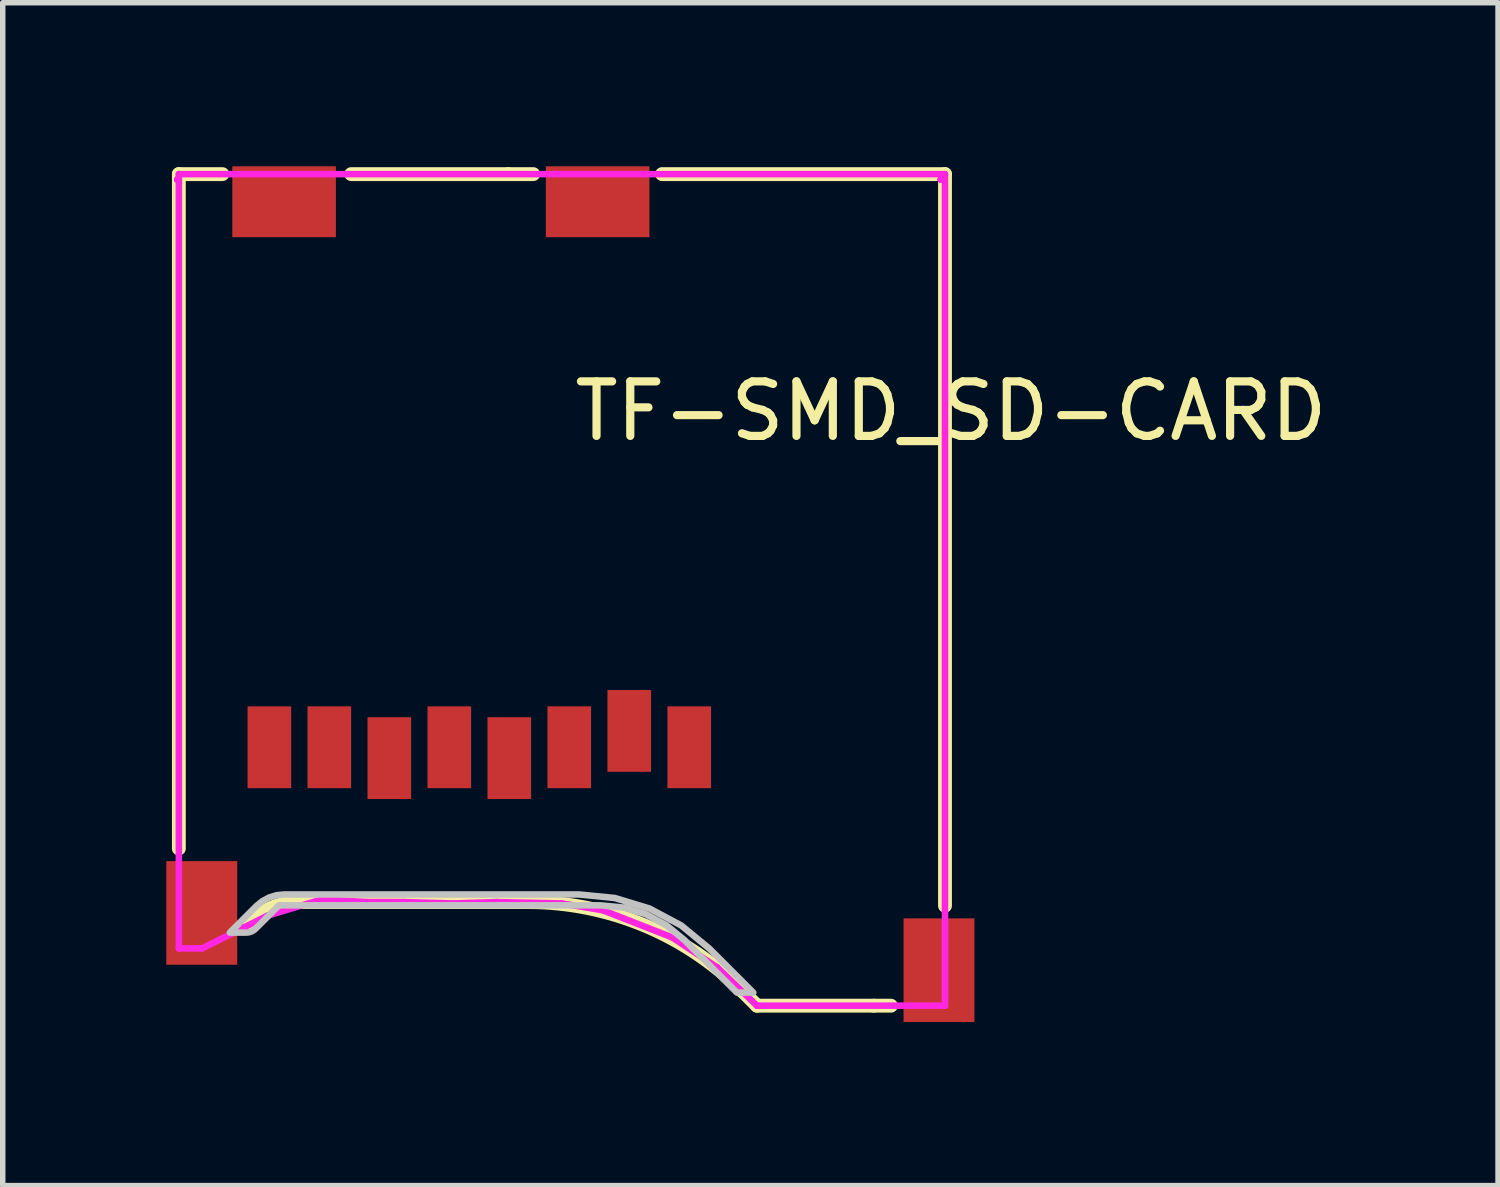
<source format=kicad_pcb>
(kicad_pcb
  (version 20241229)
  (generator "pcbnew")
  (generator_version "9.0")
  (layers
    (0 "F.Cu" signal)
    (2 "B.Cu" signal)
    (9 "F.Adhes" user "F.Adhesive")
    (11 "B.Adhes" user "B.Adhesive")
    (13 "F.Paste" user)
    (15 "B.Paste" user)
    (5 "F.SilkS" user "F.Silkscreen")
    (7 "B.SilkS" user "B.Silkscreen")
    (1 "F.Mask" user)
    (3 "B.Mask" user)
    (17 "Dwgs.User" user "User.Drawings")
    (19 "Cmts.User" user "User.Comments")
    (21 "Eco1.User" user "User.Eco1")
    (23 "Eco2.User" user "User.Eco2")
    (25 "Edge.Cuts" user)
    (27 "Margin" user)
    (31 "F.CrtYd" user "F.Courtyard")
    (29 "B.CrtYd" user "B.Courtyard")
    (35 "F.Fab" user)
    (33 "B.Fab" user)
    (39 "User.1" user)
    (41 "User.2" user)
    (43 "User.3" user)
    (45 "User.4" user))
  (footprint "TF-SMD_SD-CARD"
    (layer "F.Cu")
    (at 7.41 7.696)
    (property "Reference" "TF-SMD_SD-CARD" (at 0 -3.207 0) (layer "F.SilkS") (effects (font (size 1 1) (thickness 0.15)) (justify left)))
    (attr through_hole)
    (fp_line (start -7.18 -7.553) (end -7.18 4.815) (stroke (width 0.254) (type solid)) (layer "F.SilkS"))
    (fp_line (start -6.381 -7.553) (end -7.18 -7.553) (stroke (width 0.254) (type solid)) (layer "F.SilkS"))
    (fp_line (start -1.139 -7.553) (end -4.019 -7.553) (stroke (width 0.254) (type solid)) (layer "F.SilkS"))
    (fp_line (start -0.778 5.797) (end -4.978 5.797) (stroke (width 0.254) (type solid)) (layer "F.SilkS"))
    (fp_line (start -0.681 -7.553) (end -1.139 -7.553) (stroke (width 0.254) (type solid)) (layer "F.SilkS"))
    (fp_line (start 3.422 7.697) (end 3.148 7.423) (stroke (width 0.254) (type solid)) (layer "F.SilkS"))
    (fp_line (start 3.422 7.697) (end 5.564 7.697) (stroke (width 0.254) (type solid)) (layer "F.SilkS"))
    (fp_line (start 5.564 7.697) (end 5.879 7.697) (stroke (width 0.254) (type solid)) (layer "F.SilkS"))
    (fp_line (start 6.87 -7.553) (end 1.681 -7.553) (stroke (width 0.254) (type solid)) (layer "F.SilkS"))
    (fp_line (start 6.87 -7.553) (end 6.87 5.865) (stroke (width 0.254) (type solid)) (layer "F.SilkS"))
    (fp_arc (start -5.878 6.169) (mid -5.465085 5.893097) (end -4.978019 5.796208) (stroke (width 0.254) (type solid)) (layer "F.SilkS"))
    (fp_arc (start -0.778 5.797) (mid 1.346659 6.219621) (end 3.147858 7.423144) (stroke (width 0.254) (type solid)) (layer "F.SilkS"))
    (fp_poly (pts (xy 2.545 6.647) (xy 3.355 7.457) (xy 3.055 7.457) (xy 2.091 6.493) (xy 1.762 6.223) (xy 1.386 6.022) (xy 0.979 5.898) (xy 0.555 5.857) (xy -5.345 5.857) (xy -5.774 6.286) (xy -5.811 6.316) (xy -5.853 6.338) (xy -5.898 6.352) (xy -5.945 6.357) (xy -6.245 6.357) (xy -5.757 5.869) (xy -5.647 5.779) (xy -5.522 5.712) (xy -5.386 5.671) (xy -5.245 5.657) (xy 0.155 5.657) (xy 0.814 5.722) (xy 1.448 5.914) (xy 2.033 6.226) (xy 2.545 6.647)) (stroke (width 0.12) (type solid)) (fill no) (layer "Dwgs.User"))
    (fp_circle (center -7.205 7.697) (end -7.175 7.697) (stroke (width 0.06) (type solid)) (fill no) (layer "Eco2.User"))
    (fp_poly (pts (xy -7.18 5.347) (xy -6.58 5.347) (xy -6.58 6.647) (xy -7.18 6.647)) (stroke (width 0.12) (type solid)) (fill no) (layer "Eco2.User"))
    (fp_poly (pts (xy -5.8 -7.553) (xy -4.6 -7.553) (xy -4.6 -6.553) (xy -5.8 -6.553)) (stroke (width 0.12) (type solid)) (fill no) (layer "Eco2.User"))
    (fp_poly (pts (xy -5.645 2.558) (xy -5.395 2.558) (xy -5.395 3.358) (xy -5.645 3.358)) (stroke (width 0.12) (type solid)) (fill no) (layer "Eco2.User"))
    (fp_poly (pts (xy -4.545 2.558) (xy -4.295 2.558) (xy -4.295 3.358) (xy -4.545 3.358)) (stroke (width 0.12) (type solid)) (fill no) (layer "Eco2.User"))
    (fp_poly (pts (xy -3.445 2.758) (xy -3.195 2.758) (xy -3.195 3.558) (xy -3.445 3.558)) (stroke (width 0.12) (type solid)) (fill no) (layer "Eco2.User"))
    (fp_poly (pts (xy -2.345 2.558) (xy -2.095 2.558) (xy -2.095 3.358) (xy -2.345 3.358)) (stroke (width 0.12) (type solid)) (fill no) (layer "Eco2.User"))
    (fp_poly (pts (xy -1.245 2.758) (xy -0.995 2.758) (xy -0.995 3.558) (xy -1.245 3.558)) (stroke (width 0.12) (type solid)) (fill no) (layer "Eco2.User"))
    (fp_poly (pts (xy -0.145 2.558) (xy 0.105 2.558) (xy 0.105 3.358) (xy -0.145 3.358)) (stroke (width 0.12) (type solid)) (fill no) (layer "Eco2.User"))
    (fp_poly (pts (xy -0.1 -7.553) (xy 1.1 -7.553) (xy 1.1 -6.553) (xy -0.1 -6.553)) (stroke (width 0.12) (type solid)) (fill no) (layer "Eco2.User"))
    (fp_poly (pts (xy 0.955 2.258) (xy 1.205 2.258) (xy 1.205 3.058) (xy 0.955 3.058)) (stroke (width 0.12) (type solid)) (fill no) (layer "Eco2.User"))
    (fp_poly (pts (xy 2.055 2.558) (xy 2.305 2.558) (xy 2.305 3.358) (xy 2.055 3.358)) (stroke (width 0.12) (type solid)) (fill no) (layer "Eco2.User"))
    (fp_poly (pts (xy 6.02 6.397) (xy 6.87 6.397) (xy 6.87 7.697) (xy 6.02 7.697)) (stroke (width 0.12) (type solid)) (fill no) (layer "Eco2.User"))
    (fp_line (start -7.205 -7.453) (end -7.205 -7.453) (stroke (width 0.12) (type solid)) (layer "F.CrtYd"))
    (fp_line (start -7.205 -7.453) (end -7.204 -7.453) (stroke (width 0.12) (type solid)) (layer "F.CrtYd"))
    (fp_line (start -7.204 -7.453) (end -7.205 -7.453) (stroke (width 0.12) (type solid)) (layer "F.CrtYd"))
    (fp_line (start -7.204 -7.453) (end -7.204 -7.453) (stroke (width 0.12) (type solid)) (layer "F.CrtYd"))
    (fp_line (start -7.204 -7.453) (end -7.204 -7.453) (stroke (width 0.12) (type solid)) (layer "F.CrtYd"))
    (fp_line (start -7.204 -7.453) (end -7.204 -7.453) (stroke (width 0.12) (type solid)) (layer "F.CrtYd"))
    (fp_line (start -7.204 -7.453) (end -7.204 -7.453) (stroke (width 0.12) (type solid)) (layer "F.CrtYd"))
    (fp_line (start -7.203 -7.453) (end -7.203 -7.453) (stroke (width 0.12) (type solid)) (layer "F.CrtYd"))
    (fp_line (start -7.203 -7.453) (end -7.202 -7.453) (stroke (width 0.12) (type solid)) (layer "F.CrtYd"))
    (fp_line (start -7.202 -7.453) (end -7.203 -7.453) (stroke (width 0.12) (type solid)) (layer "F.CrtYd"))
    (fp_line (start -7.18 -7.553) (end 6.87 -7.553) (stroke (width 0.12) (type solid)) (layer "F.CrtYd"))
    (fp_line (start -7.18 6.647) (end -7.18 -7.553) (stroke (width 0.12) (type solid)) (layer "F.CrtYd"))
    (fp_line (start -6.755 6.647) (end -7.18 6.647) (stroke (width 0.12) (type solid)) (layer "F.CrtYd"))
    (fp_line (start -5.555 6.047) (end -6.755 6.647) (stroke (width 0.12) (type solid)) (layer "F.CrtYd"))
    (fp_line (start -4.555 5.747) (end -5.555 6.047) (stroke (width 0.12) (type solid)) (layer "F.CrtYd"))
    (fp_line (start -3.73 5.797) (end -4.555 5.747) (stroke (width 0.12) (type solid)) (layer "F.CrtYd"))
    (fp_line (start -3.055 5.797) (end -3.73 5.797) (stroke (width 0.12) (type solid)) (layer "F.CrtYd"))
    (fp_line (start -2.155 5.822) (end -3.055 5.797) (stroke (width 0.12) (type solid)) (layer "F.CrtYd"))
    (fp_line (start -1.355 5.797) (end -2.155 5.822) (stroke (width 0.12) (type solid)) (layer "F.CrtYd"))
    (fp_line (start -0.155 5.822) (end -1.355 5.797) (stroke (width 0.12) (type solid)) (layer "F.CrtYd"))
    (fp_line (start 0.595 5.947) (end -0.155 5.822) (stroke (width 0.12) (type solid)) (layer "F.CrtYd"))
    (fp_line (start 1.87 6.447) (end 0.595 5.947) (stroke (width 0.12) (type solid)) (layer "F.CrtYd"))
    (fp_line (start 2.695 6.997) (end 1.87 6.447) (stroke (width 0.12) (type solid)) (layer "F.CrtYd"))
    (fp_line (start 3.422 7.697) (end 2.695 6.997) (stroke (width 0.12) (type solid)) (layer "F.CrtYd"))
    (fp_line (start 3.422 7.697) (end 3.422 7.697) (stroke (width 0.12) (type solid)) (layer "F.CrtYd"))
    (fp_line (start 6.795 -7.453) (end 6.795 -7.453) (stroke (width 0.12) (type solid)) (layer "F.CrtYd"))
    (fp_line (start 6.795 -7.453) (end 6.795 -7.453) (stroke (width 0.12) (type solid)) (layer "F.CrtYd"))
    (fp_line (start 6.795 -7.453) (end 6.796 -7.453) (stroke (width 0.12) (type solid)) (layer "F.CrtYd"))
    (fp_line (start 6.795 -7.453) (end 6.796 -7.453) (stroke (width 0.12) (type solid)) (layer "F.CrtYd"))
    (fp_line (start 6.796 -7.453) (end 6.795 -7.453) (stroke (width 0.12) (type solid)) (layer "F.CrtYd"))
    (fp_line (start 6.796 -7.453) (end 6.795 -7.453) (stroke (width 0.12) (type solid)) (layer "F.CrtYd"))
    (fp_line (start 6.796 -7.453) (end 6.796 -7.453) (stroke (width 0.12) (type solid)) (layer "F.CrtYd"))
    (fp_line (start 6.796 -7.453) (end 6.796 -7.453) (stroke (width 0.12) (type solid)) (layer "F.CrtYd"))
    (fp_line (start 6.87 -7.553) (end 6.87 7.697) (stroke (width 0.12) (type solid)) (layer "F.CrtYd"))
    (fp_line (start 6.87 7.697) (end 3.422 7.697) (stroke (width 0.12) (type solid)) (layer "F.CrtYd"))
    (pad "1" smd rect (at -5.52 2.958) (size 0.8 1.5) (layers "F.Cu" "F.Mask" "F.Paste"))
    (pad "2" smd rect (at -4.42 2.958) (size 0.8 1.5) (layers "F.Cu" "F.Mask" "F.Paste"))
    (pad "3" smd rect (at -3.32 3.157) (size 0.8 1.5) (layers "F.Cu" "F.Mask" "F.Paste"))
    (pad "4" smd rect (at -2.22 2.958) (size 0.8 1.5) (layers "F.Cu" "F.Mask" "F.Paste"))
    (pad "5" smd rect (at -1.12 3.157) (size 0.8 1.5) (layers "F.Cu" "F.Mask" "F.Paste"))
    (pad "6" smd rect (at -0.02 2.958) (size 0.8 1.5) (layers "F.Cu" "F.Mask" "F.Paste"))
    (pad "7" smd rect (at 1.08 2.658) (size 0.8 1.5) (layers "F.Cu" "F.Mask" "F.Paste"))
    (pad "8" smd rect (at 2.18 2.958) (size 0.8 1.5) (layers "F.Cu" "F.Mask" "F.Paste"))
    (pad "9" smd rect (at -6.76 5.996) (size 1.3 1.9) (layers "F.Cu" "F.Mask" "F.Paste"))
    (pad "10" smd rect (at 6.76 7.046) (size 1.3 1.9) (layers "F.Cu" "F.Mask" "F.Paste"))
    (pad "11" smd rect (at 0.5 -7.046) (size 1.9 1.3) (layers "F.Cu" "F.Mask" "F.Paste"))
    (pad "12" smd rect (at -5.25 -7.046) (size 1.9 1.3) (layers "F.Cu" "F.Mask" "F.Paste")))
  (gr_rect
    (start -3 -3)
    (end 24.422 18.692)
    (stroke (width 0.1) (type default))
    (fill no)
    (layer "Edge.Cuts")))
</source>
